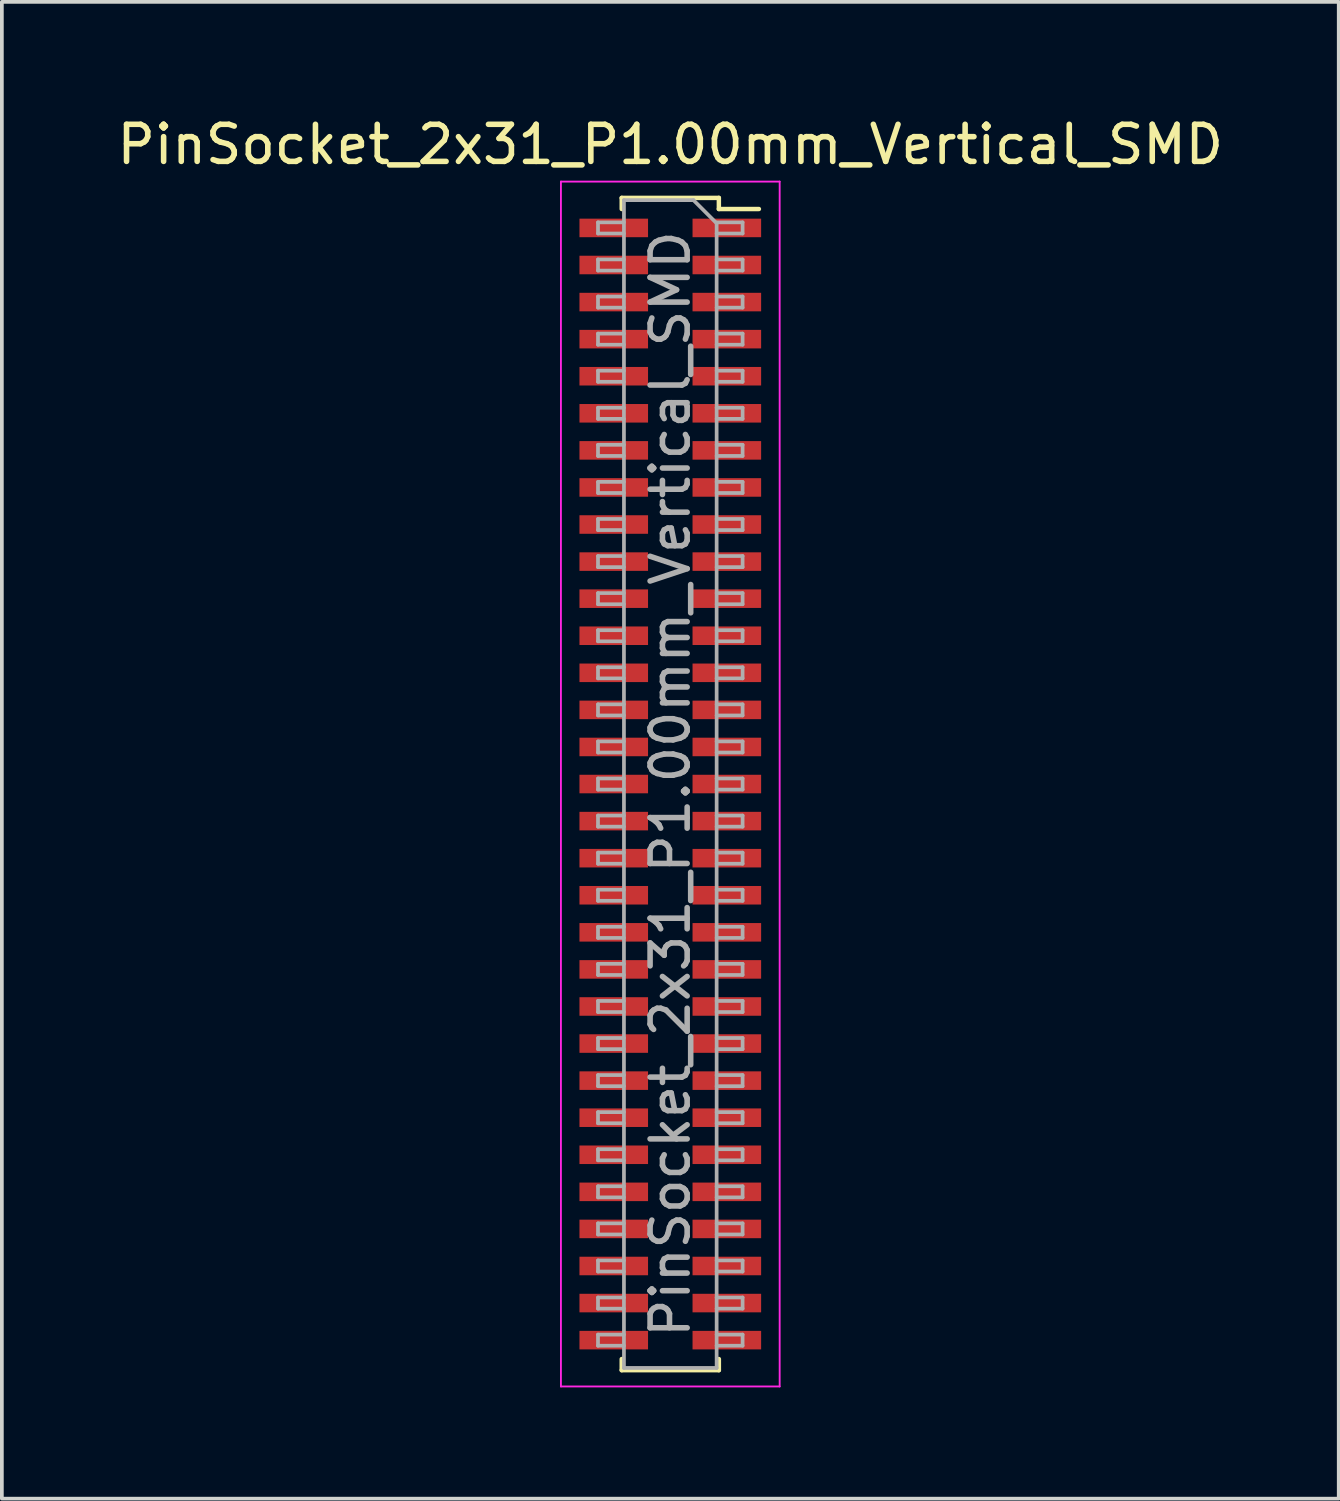
<source format=kicad_pcb>
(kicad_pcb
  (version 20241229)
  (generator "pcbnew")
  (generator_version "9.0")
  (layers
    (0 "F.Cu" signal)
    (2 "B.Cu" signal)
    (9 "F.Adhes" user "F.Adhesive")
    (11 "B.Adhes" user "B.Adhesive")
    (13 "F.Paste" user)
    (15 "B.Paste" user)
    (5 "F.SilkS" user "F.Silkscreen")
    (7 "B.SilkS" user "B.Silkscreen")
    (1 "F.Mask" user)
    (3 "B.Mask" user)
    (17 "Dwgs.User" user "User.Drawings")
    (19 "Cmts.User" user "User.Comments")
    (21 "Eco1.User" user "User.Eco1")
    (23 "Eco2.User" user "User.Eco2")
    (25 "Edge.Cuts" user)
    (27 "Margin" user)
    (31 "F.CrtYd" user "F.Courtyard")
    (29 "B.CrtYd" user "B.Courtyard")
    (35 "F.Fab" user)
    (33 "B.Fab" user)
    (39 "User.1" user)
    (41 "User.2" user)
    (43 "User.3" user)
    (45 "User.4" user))
  (footprint "PinSocket_2x31_P1.00mm_Vertical_SMD"
    (layer "F.Cu")
    (at 15.03 18.098)
    (property "Reference" "PinSocket_2x31_P1.00mm_Vertical_SMD" (at 0 -17.25 0) (layer "F.SilkS") (effects (font (size 1 1) (thickness 0.15))))
    (attr smd)
    (fp_line (start -1.31 -15.81) (end -1.31 -15.51) (stroke (width 0.12) (type solid)) (layer "F.SilkS"))
    (fp_line (start -1.31 -15.81) (end 1.31 -15.81) (stroke (width 0.12) (type solid)) (layer "F.SilkS"))
    (fp_line (start -1.31 15.51) (end -1.31 15.81) (stroke (width 0.12) (type solid)) (layer "F.SilkS"))
    (fp_line (start -1.31 15.81) (end 1.31 15.81) (stroke (width 0.12) (type solid)) (layer "F.SilkS"))
    (fp_line (start 1.31 -15.81) (end 1.31 -15.51) (stroke (width 0.12) (type solid)) (layer "F.SilkS"))
    (fp_line (start 1.31 -15.51) (end 2.39 -15.51) (stroke (width 0.12) (type solid)) (layer "F.SilkS"))
    (fp_line (start 1.31 15.51) (end 1.31 15.81) (stroke (width 0.12) (type solid)) (layer "F.SilkS"))
    (fp_line (start -2.95 -16.25) (end 2.95 -16.25) (stroke (width 0.05) (type solid)) (layer "F.CrtYd"))
    (fp_line (start -2.95 16.25) (end -2.95 -16.25) (stroke (width 0.05) (type solid)) (layer "F.CrtYd"))
    (fp_line (start 2.95 -16.25) (end 2.95 16.25) (stroke (width 0.05) (type solid)) (layer "F.CrtYd"))
    (fp_line (start 2.95 16.25) (end -2.95 16.25) (stroke (width 0.05) (type solid)) (layer "F.CrtYd"))
    (fp_line (start -1.95 -15.15) (end -1.25 -15.15) (stroke (width 0.1) (type solid)) (layer "F.Fab"))
    (fp_line (start -1.95 -14.85) (end -1.95 -15.15) (stroke (width 0.1) (type solid)) (layer "F.Fab"))
    (fp_line (start -1.95 -14.15) (end -1.25 -14.15) (stroke (width 0.1) (type solid)) (layer "F.Fab"))
    (fp_line (start -1.95 -13.85) (end -1.95 -14.15) (stroke (width 0.1) (type solid)) (layer "F.Fab"))
    (fp_line (start -1.95 -13.15) (end -1.25 -13.15) (stroke (width 0.1) (type solid)) (layer "F.Fab"))
    (fp_line (start -1.95 -12.85) (end -1.95 -13.15) (stroke (width 0.1) (type solid)) (layer "F.Fab"))
    (fp_line (start -1.95 -12.15) (end -1.25 -12.15) (stroke (width 0.1) (type solid)) (layer "F.Fab"))
    (fp_line (start -1.95 -11.85) (end -1.95 -12.15) (stroke (width 0.1) (type solid)) (layer "F.Fab"))
    (fp_line (start -1.95 -11.15) (end -1.25 -11.15) (stroke (width 0.1) (type solid)) (layer "F.Fab"))
    (fp_line (start -1.95 -10.85) (end -1.95 -11.15) (stroke (width 0.1) (type solid)) (layer "F.Fab"))
    (fp_line (start -1.95 -10.15) (end -1.25 -10.15) (stroke (width 0.1) (type solid)) (layer "F.Fab"))
    (fp_line (start -1.95 -9.85) (end -1.95 -10.15) (stroke (width 0.1) (type solid)) (layer "F.Fab"))
    (fp_line (start -1.95 -9.15) (end -1.25 -9.15) (stroke (width 0.1) (type solid)) (layer "F.Fab"))
    (fp_line (start -1.95 -8.85) (end -1.95 -9.15) (stroke (width 0.1) (type solid)) (layer "F.Fab"))
    (fp_line (start -1.95 -8.15) (end -1.25 -8.15) (stroke (width 0.1) (type solid)) (layer "F.Fab"))
    (fp_line (start -1.95 -7.85) (end -1.95 -8.15) (stroke (width 0.1) (type solid)) (layer "F.Fab"))
    (fp_line (start -1.95 -7.15) (end -1.25 -7.15) (stroke (width 0.1) (type solid)) (layer "F.Fab"))
    (fp_line (start -1.95 -6.85) (end -1.95 -7.15) (stroke (width 0.1) (type solid)) (layer "F.Fab"))
    (fp_line (start -1.95 -6.15) (end -1.25 -6.15) (stroke (width 0.1) (type solid)) (layer "F.Fab"))
    (fp_line (start -1.95 -5.85) (end -1.95 -6.15) (stroke (width 0.1) (type solid)) (layer "F.Fab"))
    (fp_line (start -1.95 -5.15) (end -1.25 -5.15) (stroke (width 0.1) (type solid)) (layer "F.Fab"))
    (fp_line (start -1.95 -4.85) (end -1.95 -5.15) (stroke (width 0.1) (type solid)) (layer "F.Fab"))
    (fp_line (start -1.95 -4.15) (end -1.25 -4.15) (stroke (width 0.1) (type solid)) (layer "F.Fab"))
    (fp_line (start -1.95 -3.85) (end -1.95 -4.15) (stroke (width 0.1) (type solid)) (layer "F.Fab"))
    (fp_line (start -1.95 -3.15) (end -1.25 -3.15) (stroke (width 0.1) (type solid)) (layer "F.Fab"))
    (fp_line (start -1.95 -2.85) (end -1.95 -3.15) (stroke (width 0.1) (type solid)) (layer "F.Fab"))
    (fp_line (start -1.95 -2.15) (end -1.25 -2.15) (stroke (width 0.1) (type solid)) (layer "F.Fab"))
    (fp_line (start -1.95 -1.85) (end -1.95 -2.15) (stroke (width 0.1) (type solid)) (layer "F.Fab"))
    (fp_line (start -1.95 -1.15) (end -1.25 -1.15) (stroke (width 0.1) (type solid)) (layer "F.Fab"))
    (fp_line (start -1.95 -0.85) (end -1.95 -1.15) (stroke (width 0.1) (type solid)) (layer "F.Fab"))
    (fp_line (start -1.95 -0.15) (end -1.25 -0.15) (stroke (width 0.1) (type solid)) (layer "F.Fab"))
    (fp_line (start -1.95 0.15) (end -1.95 -0.15) (stroke (width 0.1) (type solid)) (layer "F.Fab"))
    (fp_line (start -1.95 0.85) (end -1.25 0.85) (stroke (width 0.1) (type solid)) (layer "F.Fab"))
    (fp_line (start -1.95 1.15) (end -1.95 0.85) (stroke (width 0.1) (type solid)) (layer "F.Fab"))
    (fp_line (start -1.95 1.85) (end -1.25 1.85) (stroke (width 0.1) (type solid)) (layer "F.Fab"))
    (fp_line (start -1.95 2.15) (end -1.95 1.85) (stroke (width 0.1) (type solid)) (layer "F.Fab"))
    (fp_line (start -1.95 2.85) (end -1.25 2.85) (stroke (width 0.1) (type solid)) (layer "F.Fab"))
    (fp_line (start -1.95 3.15) (end -1.95 2.85) (stroke (width 0.1) (type solid)) (layer "F.Fab"))
    (fp_line (start -1.95 3.85) (end -1.25 3.85) (stroke (width 0.1) (type solid)) (layer "F.Fab"))
    (fp_line (start -1.95 4.15) (end -1.95 3.85) (stroke (width 0.1) (type solid)) (layer "F.Fab"))
    (fp_line (start -1.95 4.85) (end -1.25 4.85) (stroke (width 0.1) (type solid)) (layer "F.Fab"))
    (fp_line (start -1.95 5.15) (end -1.95 4.85) (stroke (width 0.1) (type solid)) (layer "F.Fab"))
    (fp_line (start -1.95 5.85) (end -1.25 5.85) (stroke (width 0.1) (type solid)) (layer "F.Fab"))
    (fp_line (start -1.95 6.15) (end -1.95 5.85) (stroke (width 0.1) (type solid)) (layer "F.Fab"))
    (fp_line (start -1.95 6.85) (end -1.25 6.85) (stroke (width 0.1) (type solid)) (layer "F.Fab"))
    (fp_line (start -1.95 7.15) (end -1.95 6.85) (stroke (width 0.1) (type solid)) (layer "F.Fab"))
    (fp_line (start -1.95 7.85) (end -1.25 7.85) (stroke (width 0.1) (type solid)) (layer "F.Fab"))
    (fp_line (start -1.95 8.15) (end -1.95 7.85) (stroke (width 0.1) (type solid)) (layer "F.Fab"))
    (fp_line (start -1.95 8.85) (end -1.25 8.85) (stroke (width 0.1) (type solid)) (layer "F.Fab"))
    (fp_line (start -1.95 9.15) (end -1.95 8.85) (stroke (width 0.1) (type solid)) (layer "F.Fab"))
    (fp_line (start -1.95 9.85) (end -1.25 9.85) (stroke (width 0.1) (type solid)) (layer "F.Fab"))
    (fp_line (start -1.95 10.15) (end -1.95 9.85) (stroke (width 0.1) (type solid)) (layer "F.Fab"))
    (fp_line (start -1.95 10.85) (end -1.25 10.85) (stroke (width 0.1) (type solid)) (layer "F.Fab"))
    (fp_line (start -1.95 11.15) (end -1.95 10.85) (stroke (width 0.1) (type solid)) (layer "F.Fab"))
    (fp_line (start -1.95 11.85) (end -1.25 11.85) (stroke (width 0.1) (type solid)) (layer "F.Fab"))
    (fp_line (start -1.95 12.15) (end -1.95 11.85) (stroke (width 0.1) (type solid)) (layer "F.Fab"))
    (fp_line (start -1.95 12.85) (end -1.25 12.85) (stroke (width 0.1) (type solid)) (layer "F.Fab"))
    (fp_line (start -1.95 13.15) (end -1.95 12.85) (stroke (width 0.1) (type solid)) (layer "F.Fab"))
    (fp_line (start -1.95 13.85) (end -1.25 13.85) (stroke (width 0.1) (type solid)) (layer "F.Fab"))
    (fp_line (start -1.95 14.15) (end -1.95 13.85) (stroke (width 0.1) (type solid)) (layer "F.Fab"))
    (fp_line (start -1.95 14.85) (end -1.25 14.85) (stroke (width 0.1) (type solid)) (layer "F.Fab"))
    (fp_line (start -1.95 15.15) (end -1.95 14.85) (stroke (width 0.1) (type solid)) (layer "F.Fab"))
    (fp_line (start -1.25 -15.75) (end 0.625 -15.75) (stroke (width 0.1) (type solid)) (layer "F.Fab"))
    (fp_line (start -1.25 -14.85) (end -1.95 -14.85) (stroke (width 0.1) (type solid)) (layer "F.Fab"))
    (fp_line (start -1.25 -13.85) (end -1.95 -13.85) (stroke (width 0.1) (type solid)) (layer "F.Fab"))
    (fp_line (start -1.25 -12.85) (end -1.95 -12.85) (stroke (width 0.1) (type solid)) (layer "F.Fab"))
    (fp_line (start -1.25 -11.85) (end -1.95 -11.85) (stroke (width 0.1) (type solid)) (layer "F.Fab"))
    (fp_line (start -1.25 -10.85) (end -1.95 -10.85) (stroke (width 0.1) (type solid)) (layer "F.Fab"))
    (fp_line (start -1.25 -9.85) (end -1.95 -9.85) (stroke (width 0.1) (type solid)) (layer "F.Fab"))
    (fp_line (start -1.25 -8.85) (end -1.95 -8.85) (stroke (width 0.1) (type solid)) (layer "F.Fab"))
    (fp_line (start -1.25 -7.85) (end -1.95 -7.85) (stroke (width 0.1) (type solid)) (layer "F.Fab"))
    (fp_line (start -1.25 -6.85) (end -1.95 -6.85) (stroke (width 0.1) (type solid)) (layer "F.Fab"))
    (fp_line (start -1.25 -5.85) (end -1.95 -5.85) (stroke (width 0.1) (type solid)) (layer "F.Fab"))
    (fp_line (start -1.25 -4.85) (end -1.95 -4.85) (stroke (width 0.1) (type solid)) (layer "F.Fab"))
    (fp_line (start -1.25 -3.85) (end -1.95 -3.85) (stroke (width 0.1) (type solid)) (layer "F.Fab"))
    (fp_line (start -1.25 -2.85) (end -1.95 -2.85) (stroke (width 0.1) (type solid)) (layer "F.Fab"))
    (fp_line (start -1.25 -1.85) (end -1.95 -1.85) (stroke (width 0.1) (type solid)) (layer "F.Fab"))
    (fp_line (start -1.25 -0.85) (end -1.95 -0.85) (stroke (width 0.1) (type solid)) (layer "F.Fab"))
    (fp_line (start -1.25 0.15) (end -1.95 0.15) (stroke (width 0.1) (type solid)) (layer "F.Fab"))
    (fp_line (start -1.25 1.15) (end -1.95 1.15) (stroke (width 0.1) (type solid)) (layer "F.Fab"))
    (fp_line (start -1.25 2.15) (end -1.95 2.15) (stroke (width 0.1) (type solid)) (layer "F.Fab"))
    (fp_line (start -1.25 3.15) (end -1.95 3.15) (stroke (width 0.1) (type solid)) (layer "F.Fab"))
    (fp_line (start -1.25 4.15) (end -1.95 4.15) (stroke (width 0.1) (type solid)) (layer "F.Fab"))
    (fp_line (start -1.25 5.15) (end -1.95 5.15) (stroke (width 0.1) (type solid)) (layer "F.Fab"))
    (fp_line (start -1.25 6.15) (end -1.95 6.15) (stroke (width 0.1) (type solid)) (layer "F.Fab"))
    (fp_line (start -1.25 7.15) (end -1.95 7.15) (stroke (width 0.1) (type solid)) (layer "F.Fab"))
    (fp_line (start -1.25 8.15) (end -1.95 8.15) (stroke (width 0.1) (type solid)) (layer "F.Fab"))
    (fp_line (start -1.25 9.15) (end -1.95 9.15) (stroke (width 0.1) (type solid)) (layer "F.Fab"))
    (fp_line (start -1.25 10.15) (end -1.95 10.15) (stroke (width 0.1) (type solid)) (layer "F.Fab"))
    (fp_line (start -1.25 11.15) (end -1.95 11.15) (stroke (width 0.1) (type solid)) (layer "F.Fab"))
    (fp_line (start -1.25 12.15) (end -1.95 12.15) (stroke (width 0.1) (type solid)) (layer "F.Fab"))
    (fp_line (start -1.25 13.15) (end -1.95 13.15) (stroke (width 0.1) (type solid)) (layer "F.Fab"))
    (fp_line (start -1.25 14.15) (end -1.95 14.15) (stroke (width 0.1) (type solid)) (layer "F.Fab"))
    (fp_line (start -1.25 15.15) (end -1.95 15.15) (stroke (width 0.1) (type solid)) (layer "F.Fab"))
    (fp_line (start -1.25 15.75) (end -1.25 -15.75) (stroke (width 0.1) (type solid)) (layer "F.Fab"))
    (fp_line (start 0.625 -15.75) (end 1.25 -15.125) (stroke (width 0.1) (type solid)) (layer "F.Fab"))
    (fp_line (start 1.25 -15.15) (end 1.95 -15.15) (stroke (width 0.1) (type solid)) (layer "F.Fab"))
    (fp_line (start 1.25 -15.125) (end 1.25 15.75) (stroke (width 0.1) (type solid)) (layer "F.Fab"))
    (fp_line (start 1.25 -14.15) (end 1.95 -14.15) (stroke (width 0.1) (type solid)) (layer "F.Fab"))
    (fp_line (start 1.25 -13.15) (end 1.95 -13.15) (stroke (width 0.1) (type solid)) (layer "F.Fab"))
    (fp_line (start 1.25 -12.15) (end 1.95 -12.15) (stroke (width 0.1) (type solid)) (layer "F.Fab"))
    (fp_line (start 1.25 -11.15) (end 1.95 -11.15) (stroke (width 0.1) (type solid)) (layer "F.Fab"))
    (fp_line (start 1.25 -10.15) (end 1.95 -10.15) (stroke (width 0.1) (type solid)) (layer "F.Fab"))
    (fp_line (start 1.25 -9.15) (end 1.95 -9.15) (stroke (width 0.1) (type solid)) (layer "F.Fab"))
    (fp_line (start 1.25 -8.15) (end 1.95 -8.15) (stroke (width 0.1) (type solid)) (layer "F.Fab"))
    (fp_line (start 1.25 -7.15) (end 1.95 -7.15) (stroke (width 0.1) (type solid)) (layer "F.Fab"))
    (fp_line (start 1.25 -6.15) (end 1.95 -6.15) (stroke (width 0.1) (type solid)) (layer "F.Fab"))
    (fp_line (start 1.25 -5.15) (end 1.95 -5.15) (stroke (width 0.1) (type solid)) (layer "F.Fab"))
    (fp_line (start 1.25 -4.15) (end 1.95 -4.15) (stroke (width 0.1) (type solid)) (layer "F.Fab"))
    (fp_line (start 1.25 -3.15) (end 1.95 -3.15) (stroke (width 0.1) (type solid)) (layer "F.Fab"))
    (fp_line (start 1.25 -2.15) (end 1.95 -2.15) (stroke (width 0.1) (type solid)) (layer "F.Fab"))
    (fp_line (start 1.25 -1.15) (end 1.95 -1.15) (stroke (width 0.1) (type solid)) (layer "F.Fab"))
    (fp_line (start 1.25 -0.15) (end 1.95 -0.15) (stroke (width 0.1) (type solid)) (layer "F.Fab"))
    (fp_line (start 1.25 0.85) (end 1.95 0.85) (stroke (width 0.1) (type solid)) (layer "F.Fab"))
    (fp_line (start 1.25 1.85) (end 1.95 1.85) (stroke (width 0.1) (type solid)) (layer "F.Fab"))
    (fp_line (start 1.25 2.85) (end 1.95 2.85) (stroke (width 0.1) (type solid)) (layer "F.Fab"))
    (fp_line (start 1.25 3.85) (end 1.95 3.85) (stroke (width 0.1) (type solid)) (layer "F.Fab"))
    (fp_line (start 1.25 4.85) (end 1.95 4.85) (stroke (width 0.1) (type solid)) (layer "F.Fab"))
    (fp_line (start 1.25 5.85) (end 1.95 5.85) (stroke (width 0.1) (type solid)) (layer "F.Fab"))
    (fp_line (start 1.25 6.85) (end 1.95 6.85) (stroke (width 0.1) (type solid)) (layer "F.Fab"))
    (fp_line (start 1.25 7.85) (end 1.95 7.85) (stroke (width 0.1) (type solid)) (layer "F.Fab"))
    (fp_line (start 1.25 8.85) (end 1.95 8.85) (stroke (width 0.1) (type solid)) (layer "F.Fab"))
    (fp_line (start 1.25 9.85) (end 1.95 9.85) (stroke (width 0.1) (type solid)) (layer "F.Fab"))
    (fp_line (start 1.25 10.85) (end 1.95 10.85) (stroke (width 0.1) (type solid)) (layer "F.Fab"))
    (fp_line (start 1.25 11.85) (end 1.95 11.85) (stroke (width 0.1) (type solid)) (layer "F.Fab"))
    (fp_line (start 1.25 12.85) (end 1.95 12.85) (stroke (width 0.1) (type solid)) (layer "F.Fab"))
    (fp_line (start 1.25 13.85) (end 1.95 13.85) (stroke (width 0.1) (type solid)) (layer "F.Fab"))
    (fp_line (start 1.25 14.85) (end 1.95 14.85) (stroke (width 0.1) (type solid)) (layer "F.Fab"))
    (fp_line (start 1.25 15.75) (end -1.25 15.75) (stroke (width 0.1) (type solid)) (layer "F.Fab"))
    (fp_line (start 1.95 -15.15) (end 1.95 -14.85) (stroke (width 0.1) (type solid)) (layer "F.Fab"))
    (fp_line (start 1.95 -14.85) (end 1.25 -14.85) (stroke (width 0.1) (type solid)) (layer "F.Fab"))
    (fp_line (start 1.95 -14.15) (end 1.95 -13.85) (stroke (width 0.1) (type solid)) (layer "F.Fab"))
    (fp_line (start 1.95 -13.85) (end 1.25 -13.85) (stroke (width 0.1) (type solid)) (layer "F.Fab"))
    (fp_line (start 1.95 -13.15) (end 1.95 -12.85) (stroke (width 0.1) (type solid)) (layer "F.Fab"))
    (fp_line (start 1.95 -12.85) (end 1.25 -12.85) (stroke (width 0.1) (type solid)) (layer "F.Fab"))
    (fp_line (start 1.95 -12.15) (end 1.95 -11.85) (stroke (width 0.1) (type solid)) (layer "F.Fab"))
    (fp_line (start 1.95 -11.85) (end 1.25 -11.85) (stroke (width 0.1) (type solid)) (layer "F.Fab"))
    (fp_line (start 1.95 -11.15) (end 1.95 -10.85) (stroke (width 0.1) (type solid)) (layer "F.Fab"))
    (fp_line (start 1.95 -10.85) (end 1.25 -10.85) (stroke (width 0.1) (type solid)) (layer "F.Fab"))
    (fp_line (start 1.95 -10.15) (end 1.95 -9.85) (stroke (width 0.1) (type solid)) (layer "F.Fab"))
    (fp_line (start 1.95 -9.85) (end 1.25 -9.85) (stroke (width 0.1) (type solid)) (layer "F.Fab"))
    (fp_line (start 1.95 -9.15) (end 1.95 -8.85) (stroke (width 0.1) (type solid)) (layer "F.Fab"))
    (fp_line (start 1.95 -8.85) (end 1.25 -8.85) (stroke (width 0.1) (type solid)) (layer "F.Fab"))
    (fp_line (start 1.95 -8.15) (end 1.95 -7.85) (stroke (width 0.1) (type solid)) (layer "F.Fab"))
    (fp_line (start 1.95 -7.85) (end 1.25 -7.85) (stroke (width 0.1) (type solid)) (layer "F.Fab"))
    (fp_line (start 1.95 -7.15) (end 1.95 -6.85) (stroke (width 0.1) (type solid)) (layer "F.Fab"))
    (fp_line (start 1.95 -6.85) (end 1.25 -6.85) (stroke (width 0.1) (type solid)) (layer "F.Fab"))
    (fp_line (start 1.95 -6.15) (end 1.95 -5.85) (stroke (width 0.1) (type solid)) (layer "F.Fab"))
    (fp_line (start 1.95 -5.85) (end 1.25 -5.85) (stroke (width 0.1) (type solid)) (layer "F.Fab"))
    (fp_line (start 1.95 -5.15) (end 1.95 -4.85) (stroke (width 0.1) (type solid)) (layer "F.Fab"))
    (fp_line (start 1.95 -4.85) (end 1.25 -4.85) (stroke (width 0.1) (type solid)) (layer "F.Fab"))
    (fp_line (start 1.95 -4.15) (end 1.95 -3.85) (stroke (width 0.1) (type solid)) (layer "F.Fab"))
    (fp_line (start 1.95 -3.85) (end 1.25 -3.85) (stroke (width 0.1) (type solid)) (layer "F.Fab"))
    (fp_line (start 1.95 -3.15) (end 1.95 -2.85) (stroke (width 0.1) (type solid)) (layer "F.Fab"))
    (fp_line (start 1.95 -2.85) (end 1.25 -2.85) (stroke (width 0.1) (type solid)) (layer "F.Fab"))
    (fp_line (start 1.95 -2.15) (end 1.95 -1.85) (stroke (width 0.1) (type solid)) (layer "F.Fab"))
    (fp_line (start 1.95 -1.85) (end 1.25 -1.85) (stroke (width 0.1) (type solid)) (layer "F.Fab"))
    (fp_line (start 1.95 -1.15) (end 1.95 -0.85) (stroke (width 0.1) (type solid)) (layer "F.Fab"))
    (fp_line (start 1.95 -0.85) (end 1.25 -0.85) (stroke (width 0.1) (type solid)) (layer "F.Fab"))
    (fp_line (start 1.95 -0.15) (end 1.95 0.15) (stroke (width 0.1) (type solid)) (layer "F.Fab"))
    (fp_line (start 1.95 0.15) (end 1.25 0.15) (stroke (width 0.1) (type solid)) (layer "F.Fab"))
    (fp_line (start 1.95 0.85) (end 1.95 1.15) (stroke (width 0.1) (type solid)) (layer "F.Fab"))
    (fp_line (start 1.95 1.15) (end 1.25 1.15) (stroke (width 0.1) (type solid)) (layer "F.Fab"))
    (fp_line (start 1.95 1.85) (end 1.95 2.15) (stroke (width 0.1) (type solid)) (layer "F.Fab"))
    (fp_line (start 1.95 2.15) (end 1.25 2.15) (stroke (width 0.1) (type solid)) (layer "F.Fab"))
    (fp_line (start 1.95 2.85) (end 1.95 3.15) (stroke (width 0.1) (type solid)) (layer "F.Fab"))
    (fp_line (start 1.95 3.15) (end 1.25 3.15) (stroke (width 0.1) (type solid)) (layer "F.Fab"))
    (fp_line (start 1.95 3.85) (end 1.95 4.15) (stroke (width 0.1) (type solid)) (layer "F.Fab"))
    (fp_line (start 1.95 4.15) (end 1.25 4.15) (stroke (width 0.1) (type solid)) (layer "F.Fab"))
    (fp_line (start 1.95 4.85) (end 1.95 5.15) (stroke (width 0.1) (type solid)) (layer "F.Fab"))
    (fp_line (start 1.95 5.15) (end 1.25 5.15) (stroke (width 0.1) (type solid)) (layer "F.Fab"))
    (fp_line (start 1.95 5.85) (end 1.95 6.15) (stroke (width 0.1) (type solid)) (layer "F.Fab"))
    (fp_line (start 1.95 6.15) (end 1.25 6.15) (stroke (width 0.1) (type solid)) (layer "F.Fab"))
    (fp_line (start 1.95 6.85) (end 1.95 7.15) (stroke (width 0.1) (type solid)) (layer "F.Fab"))
    (fp_line (start 1.95 7.15) (end 1.25 7.15) (stroke (width 0.1) (type solid)) (layer "F.Fab"))
    (fp_line (start 1.95 7.85) (end 1.95 8.15) (stroke (width 0.1) (type solid)) (layer "F.Fab"))
    (fp_line (start 1.95 8.15) (end 1.25 8.15) (stroke (width 0.1) (type solid)) (layer "F.Fab"))
    (fp_line (start 1.95 8.85) (end 1.95 9.15) (stroke (width 0.1) (type solid)) (layer "F.Fab"))
    (fp_line (start 1.95 9.15) (end 1.25 9.15) (stroke (width 0.1) (type solid)) (layer "F.Fab"))
    (fp_line (start 1.95 9.85) (end 1.95 10.15) (stroke (width 0.1) (type solid)) (layer "F.Fab"))
    (fp_line (start 1.95 10.15) (end 1.25 10.15) (stroke (width 0.1) (type solid)) (layer "F.Fab"))
    (fp_line (start 1.95 10.85) (end 1.95 11.15) (stroke (width 0.1) (type solid)) (layer "F.Fab"))
    (fp_line (start 1.95 11.15) (end 1.25 11.15) (stroke (width 0.1) (type solid)) (layer "F.Fab"))
    (fp_line (start 1.95 11.85) (end 1.95 12.15) (stroke (width 0.1) (type solid)) (layer "F.Fab"))
    (fp_line (start 1.95 12.15) (end 1.25 12.15) (stroke (width 0.1) (type solid)) (layer "F.Fab"))
    (fp_line (start 1.95 12.85) (end 1.95 13.15) (stroke (width 0.1) (type solid)) (layer "F.Fab"))
    (fp_line (start 1.95 13.15) (end 1.25 13.15) (stroke (width 0.1) (type solid)) (layer "F.Fab"))
    (fp_line (start 1.95 13.85) (end 1.95 14.15) (stroke (width 0.1) (type solid)) (layer "F.Fab"))
    (fp_line (start 1.95 14.15) (end 1.25 14.15) (stroke (width 0.1) (type solid)) (layer "F.Fab"))
    (fp_line (start 1.95 14.85) (end 1.95 15.15) (stroke (width 0.1) (type solid)) (layer "F.Fab"))
    (fp_line (start 1.95 15.15) (end 1.25 15.15) (stroke (width 0.1) (type solid)) (layer "F.Fab"))
    (fp_text user "${REFERENCE}" (at 0 0 90) (layer "F.Fab") (effects (font (size 1 1) (thickness 0.15))))
    (pad "1" smd rect (at 1.525 -15) (size 1.85 0.5) (layers "F.Cu" "F.Mask" "F.Paste"))
    (pad "2" smd rect (at -1.525 -15) (size 1.85 0.5) (layers "F.Cu" "F.Mask" "F.Paste"))
    (pad "3" smd rect (at 1.525 -14) (size 1.85 0.5) (layers "F.Cu" "F.Mask" "F.Paste"))
    (pad "4" smd rect (at -1.525 -14) (size 1.85 0.5) (layers "F.Cu" "F.Mask" "F.Paste"))
    (pad "5" smd rect (at 1.525 -13) (size 1.85 0.5) (layers "F.Cu" "F.Mask" "F.Paste"))
    (pad "6" smd rect (at -1.525 -13) (size 1.85 0.5) (layers "F.Cu" "F.Mask" "F.Paste"))
    (pad "7" smd rect (at 1.525 -12) (size 1.85 0.5) (layers "F.Cu" "F.Mask" "F.Paste"))
    (pad "8" smd rect (at -1.525 -12) (size 1.85 0.5) (layers "F.Cu" "F.Mask" "F.Paste"))
    (pad "9" smd rect (at 1.525 -11) (size 1.85 0.5) (layers "F.Cu" "F.Mask" "F.Paste"))
    (pad "10" smd rect (at -1.525 -11) (size 1.85 0.5) (layers "F.Cu" "F.Mask" "F.Paste"))
    (pad "11" smd rect (at 1.525 -10) (size 1.85 0.5) (layers "F.Cu" "F.Mask" "F.Paste"))
    (pad "12" smd rect (at -1.525 -10) (size 1.85 0.5) (layers "F.Cu" "F.Mask" "F.Paste"))
    (pad "13" smd rect (at 1.525 -9) (size 1.85 0.5) (layers "F.Cu" "F.Mask" "F.Paste"))
    (pad "14" smd rect (at -1.525 -9) (size 1.85 0.5) (layers "F.Cu" "F.Mask" "F.Paste"))
    (pad "15" smd rect (at 1.525 -8) (size 1.85 0.5) (layers "F.Cu" "F.Mask" "F.Paste"))
    (pad "16" smd rect (at -1.525 -8) (size 1.85 0.5) (layers "F.Cu" "F.Mask" "F.Paste"))
    (pad "17" smd rect (at 1.525 -7) (size 1.85 0.5) (layers "F.Cu" "F.Mask" "F.Paste"))
    (pad "18" smd rect (at -1.525 -7) (size 1.85 0.5) (layers "F.Cu" "F.Mask" "F.Paste"))
    (pad "19" smd rect (at 1.525 -6) (size 1.85 0.5) (layers "F.Cu" "F.Mask" "F.Paste"))
    (pad "20" smd rect (at -1.525 -6) (size 1.85 0.5) (layers "F.Cu" "F.Mask" "F.Paste"))
    (pad "21" smd rect (at 1.525 -5) (size 1.85 0.5) (layers "F.Cu" "F.Mask" "F.Paste"))
    (pad "22" smd rect (at -1.525 -5) (size 1.85 0.5) (layers "F.Cu" "F.Mask" "F.Paste"))
    (pad "23" smd rect (at 1.525 -4) (size 1.85 0.5) (layers "F.Cu" "F.Mask" "F.Paste"))
    (pad "24" smd rect (at -1.525 -4) (size 1.85 0.5) (layers "F.Cu" "F.Mask" "F.Paste"))
    (pad "25" smd rect (at 1.525 -3) (size 1.85 0.5) (layers "F.Cu" "F.Mask" "F.Paste"))
    (pad "26" smd rect (at -1.525 -3) (size 1.85 0.5) (layers "F.Cu" "F.Mask" "F.Paste"))
    (pad "27" smd rect (at 1.525 -2) (size 1.85 0.5) (layers "F.Cu" "F.Mask" "F.Paste"))
    (pad "28" smd rect (at -1.525 -2) (size 1.85 0.5) (layers "F.Cu" "F.Mask" "F.Paste"))
    (pad "29" smd rect (at 1.525 -1) (size 1.85 0.5) (layers "F.Cu" "F.Mask" "F.Paste"))
    (pad "30" smd rect (at -1.525 -1) (size 1.85 0.5) (layers "F.Cu" "F.Mask" "F.Paste"))
    (pad "31" smd rect (at 1.525 0) (size 1.85 0.5) (layers "F.Cu" "F.Mask" "F.Paste"))
    (pad "32" smd rect (at -1.525 0) (size 1.85 0.5) (layers "F.Cu" "F.Mask" "F.Paste"))
    (pad "33" smd rect (at 1.525 1) (size 1.85 0.5) (layers "F.Cu" "F.Mask" "F.Paste"))
    (pad "34" smd rect (at -1.525 1) (size 1.85 0.5) (layers "F.Cu" "F.Mask" "F.Paste"))
    (pad "35" smd rect (at 1.525 2) (size 1.85 0.5) (layers "F.Cu" "F.Mask" "F.Paste"))
    (pad "36" smd rect (at -1.525 2) (size 1.85 0.5) (layers "F.Cu" "F.Mask" "F.Paste"))
    (pad "37" smd rect (at 1.525 3) (size 1.85 0.5) (layers "F.Cu" "F.Mask" "F.Paste"))
    (pad "38" smd rect (at -1.525 3) (size 1.85 0.5) (layers "F.Cu" "F.Mask" "F.Paste"))
    (pad "39" smd rect (at 1.525 4) (size 1.85 0.5) (layers "F.Cu" "F.Mask" "F.Paste"))
    (pad "40" smd rect (at -1.525 4) (size 1.85 0.5) (layers "F.Cu" "F.Mask" "F.Paste"))
    (pad "41" smd rect (at 1.525 5) (size 1.85 0.5) (layers "F.Cu" "F.Mask" "F.Paste"))
    (pad "42" smd rect (at -1.525 5) (size 1.85 0.5) (layers "F.Cu" "F.Mask" "F.Paste"))
    (pad "43" smd rect (at 1.525 6) (size 1.85 0.5) (layers "F.Cu" "F.Mask" "F.Paste"))
    (pad "44" smd rect (at -1.525 6) (size 1.85 0.5) (layers "F.Cu" "F.Mask" "F.Paste"))
    (pad "45" smd rect (at 1.525 7) (size 1.85 0.5) (layers "F.Cu" "F.Mask" "F.Paste"))
    (pad "46" smd rect (at -1.525 7) (size 1.85 0.5) (layers "F.Cu" "F.Mask" "F.Paste"))
    (pad "47" smd rect (at 1.525 8) (size 1.85 0.5) (layers "F.Cu" "F.Mask" "F.Paste"))
    (pad "48" smd rect (at -1.525 8) (size 1.85 0.5) (layers "F.Cu" "F.Mask" "F.Paste"))
    (pad "49" smd rect (at 1.525 9) (size 1.85 0.5) (layers "F.Cu" "F.Mask" "F.Paste"))
    (pad "50" smd rect (at -1.525 9) (size 1.85 0.5) (layers "F.Cu" "F.Mask" "F.Paste"))
    (pad "51" smd rect (at 1.525 10) (size 1.85 0.5) (layers "F.Cu" "F.Mask" "F.Paste"))
    (pad "52" smd rect (at -1.525 10) (size 1.85 0.5) (layers "F.Cu" "F.Mask" "F.Paste"))
    (pad "53" smd rect (at 1.525 11) (size 1.85 0.5) (layers "F.Cu" "F.Mask" "F.Paste"))
    (pad "54" smd rect (at -1.525 11) (size 1.85 0.5) (layers "F.Cu" "F.Mask" "F.Paste"))
    (pad "55" smd rect (at 1.525 12) (size 1.85 0.5) (layers "F.Cu" "F.Mask" "F.Paste"))
    (pad "56" smd rect (at -1.525 12) (size 1.85 0.5) (layers "F.Cu" "F.Mask" "F.Paste"))
    (pad "57" smd rect (at 1.525 13) (size 1.85 0.5) (layers "F.Cu" "F.Mask" "F.Paste"))
    (pad "58" smd rect (at -1.525 13) (size 1.85 0.5) (layers "F.Cu" "F.Mask" "F.Paste"))
    (pad "59" smd rect (at 1.525 14) (size 1.85 0.5) (layers "F.Cu" "F.Mask" "F.Paste"))
    (pad "60" smd rect (at -1.525 14) (size 1.85 0.5) (layers "F.Cu" "F.Mask" "F.Paste"))
    (pad "61" smd rect (at 1.525 15) (size 1.85 0.5) (layers "F.Cu" "F.Mask" "F.Paste"))
    (pad "62" smd rect (at -1.525 15) (size 1.85 0.5) (layers "F.Cu" "F.Mask" "F.Paste")))
  (gr_rect
    (start -3 -3)
    (end 33.06 37.373)
    (stroke (width 0.1) (type default))
    (fill no)
    (layer "Edge.Cuts")))
</source>
